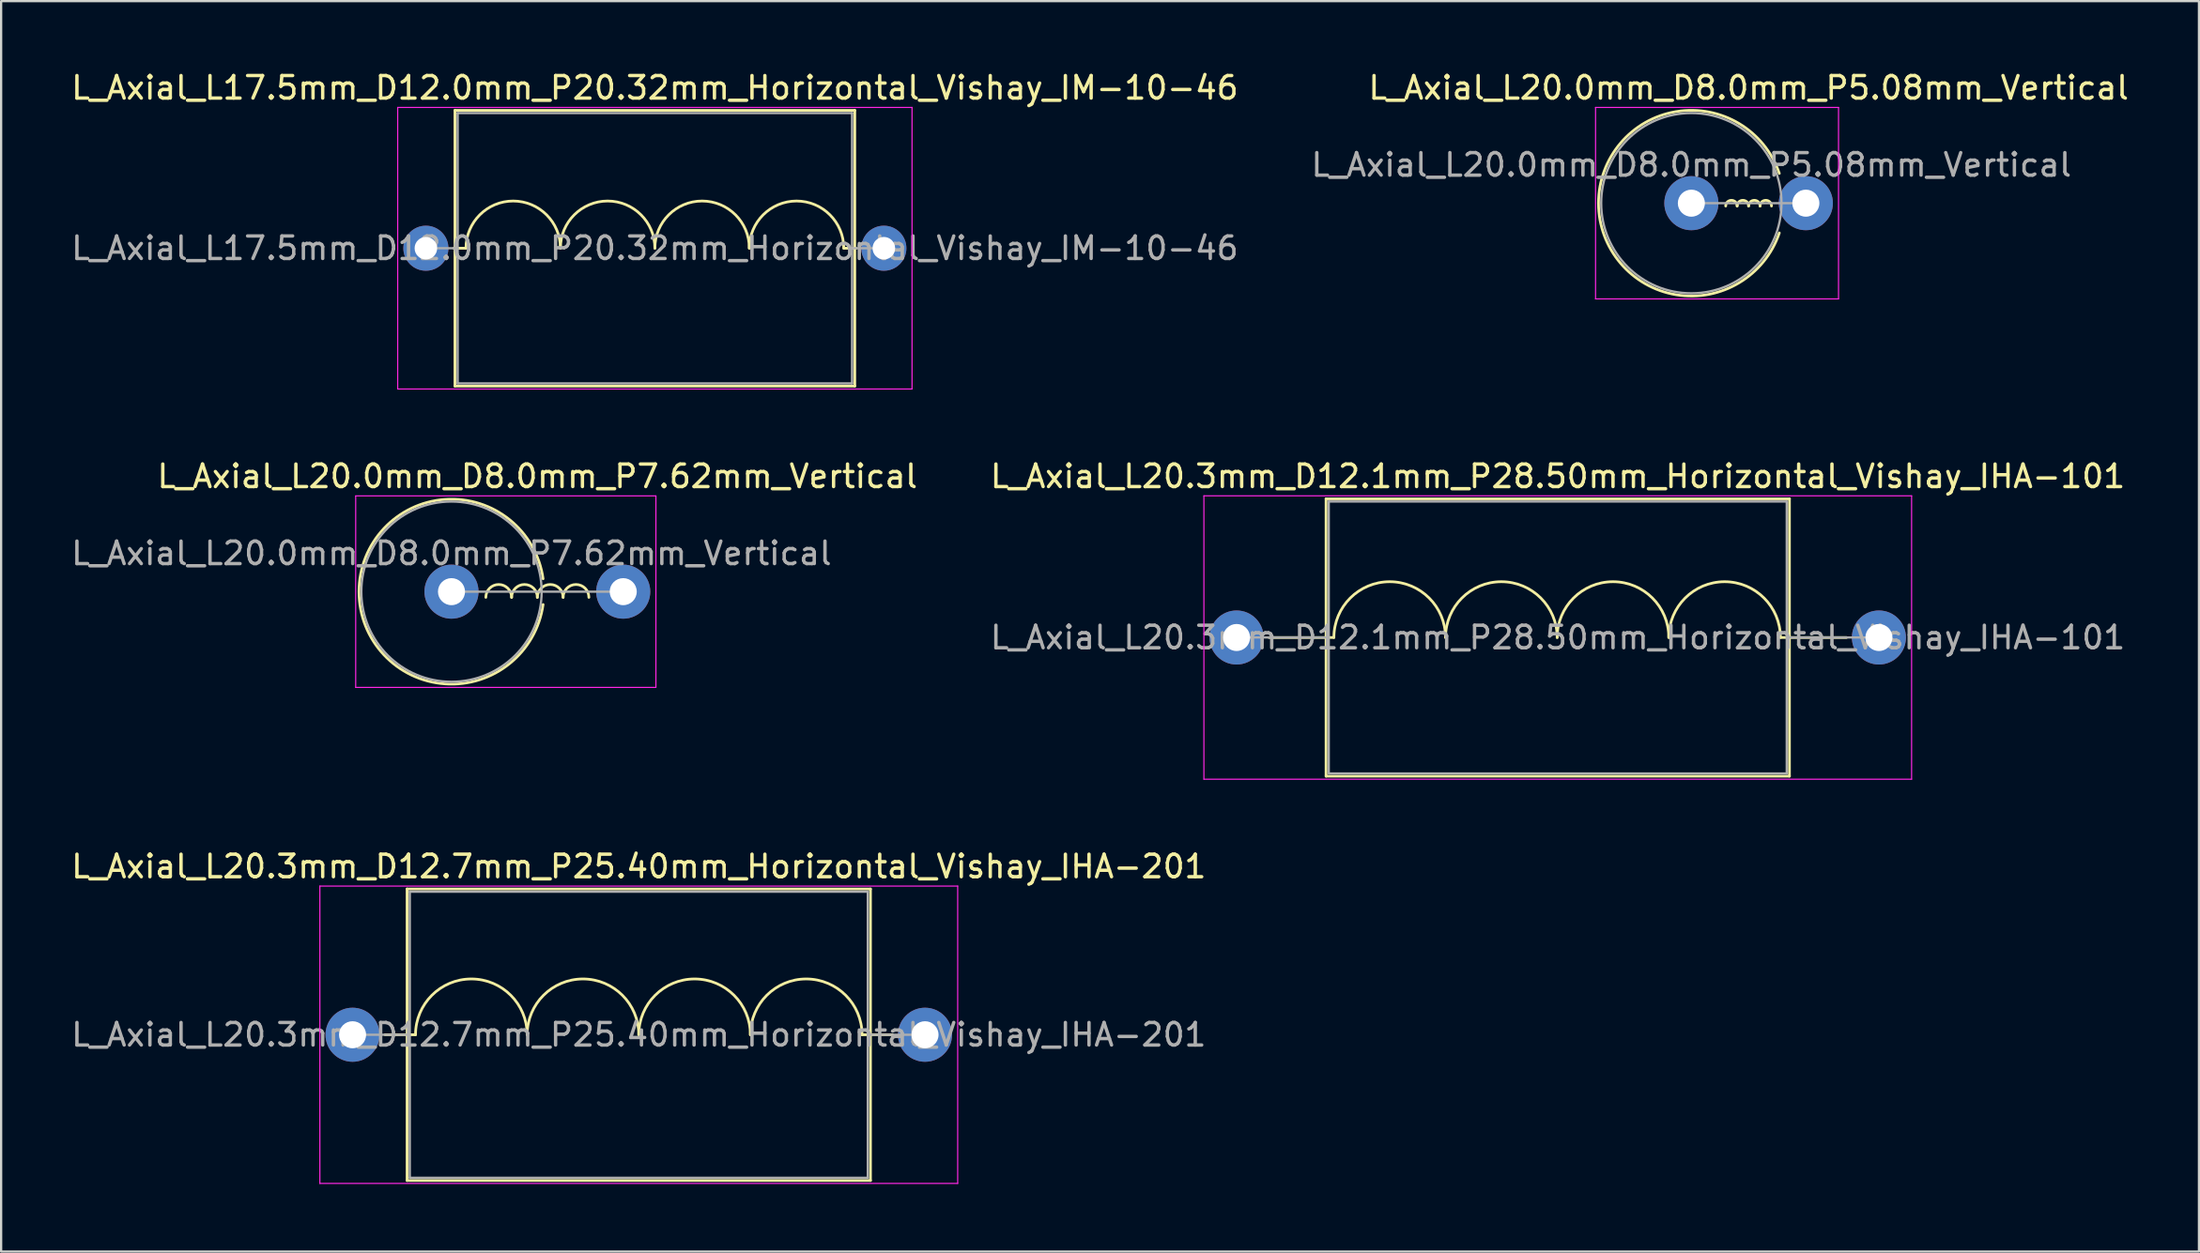
<source format=kicad_pcb>
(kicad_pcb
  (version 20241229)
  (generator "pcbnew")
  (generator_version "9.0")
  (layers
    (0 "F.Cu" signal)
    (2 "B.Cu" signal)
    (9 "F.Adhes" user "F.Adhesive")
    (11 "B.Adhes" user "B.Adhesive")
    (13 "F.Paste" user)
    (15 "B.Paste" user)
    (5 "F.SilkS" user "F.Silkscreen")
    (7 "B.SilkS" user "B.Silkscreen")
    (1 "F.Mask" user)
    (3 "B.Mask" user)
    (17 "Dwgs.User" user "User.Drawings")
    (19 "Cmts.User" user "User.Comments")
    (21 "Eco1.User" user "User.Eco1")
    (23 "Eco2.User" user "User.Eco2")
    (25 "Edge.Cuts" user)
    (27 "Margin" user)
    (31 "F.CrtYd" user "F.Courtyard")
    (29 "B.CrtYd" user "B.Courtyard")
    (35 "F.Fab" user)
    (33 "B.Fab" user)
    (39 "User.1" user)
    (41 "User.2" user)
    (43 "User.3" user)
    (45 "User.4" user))
  (footprint "L_Axial_L20.3mm_D12.1mm_P28.50mm_Horizontal_Vishay_IHA-101"
    (layer "F.Cu")
    (at 51.816 25.247)
    (property "Reference" "L_Axial_L20.3mm_D12.1mm_P28.50mm_Horizontal_Vishay_IHA-101" (at 14.25 -7.155 0) (layer "F.SilkS") (effects (font (size 1 1) (thickness 0.15))))
    (attr through_hole)
    (fp_line (start 1.44 0) (end 3.97 0) (stroke (width 0.12) (type solid)) (layer "F.SilkS"))
    (fp_line (start 3.97 -6.155) (end 3.97 6.155) (stroke (width 0.12) (type solid)) (layer "F.SilkS"))
    (fp_line (start 3.97 6.155) (end 24.53 6.155) (stroke (width 0.12) (type solid)) (layer "F.SilkS"))
    (fp_line (start 4.318 0) (end 3.97 0) (stroke (width 0.12) (type solid)) (layer "F.SilkS"))
    (fp_line (start 24.13 0) (end 24.511 0) (stroke (width 0.12) (type solid)) (layer "F.SilkS"))
    (fp_line (start 24.53 -6.155) (end 3.97 -6.155) (stroke (width 0.12) (type solid)) (layer "F.SilkS"))
    (fp_line (start 24.53 6.155) (end 24.53 -6.155) (stroke (width 0.12) (type solid)) (layer "F.SilkS"))
    (fp_line (start 27.06 0) (end 24.53 0) (stroke (width 0.12) (type solid)) (layer "F.SilkS"))
    (fp_arc (start 4.318 0) (mid 6.7945 -2.4765) (end 9.271 0) (stroke (width 0.12) (type solid)) (layer "F.SilkS"))
    (fp_arc (start 9.271 0) (mid 11.7475 -2.4765) (end 14.224 0) (stroke (width 0.12) (type solid)) (layer "F.SilkS"))
    (fp_arc (start 14.224 0) (mid 16.7005 -2.4765) (end 19.177 0) (stroke (width 0.12) (type solid)) (layer "F.SilkS"))
    (fp_arc (start 19.177 0) (mid 21.6535 -2.4765) (end 24.13 0) (stroke (width 0.12) (type solid)) (layer "F.SilkS"))
    (fp_line (start -1.45 -6.29) (end -1.45 6.29) (stroke (width 0.05) (type solid)) (layer "F.CrtYd"))
    (fp_line (start -1.45 6.29) (end 29.95 6.29) (stroke (width 0.05) (type solid)) (layer "F.CrtYd"))
    (fp_line (start 29.95 -6.29) (end -1.45 -6.29) (stroke (width 0.05) (type solid)) (layer "F.CrtYd"))
    (fp_line (start 29.95 6.29) (end 29.95 -6.29) (stroke (width 0.05) (type solid)) (layer "F.CrtYd"))
    (fp_line (start 0 0) (end 4.09 0) (stroke (width 0.1) (type solid)) (layer "F.Fab"))
    (fp_line (start 4.09 -6.035) (end 4.09 6.035) (stroke (width 0.1) (type solid)) (layer "F.Fab"))
    (fp_line (start 4.09 6.035) (end 24.41 6.035) (stroke (width 0.1) (type solid)) (layer "F.Fab"))
    (fp_line (start 24.41 -6.035) (end 4.09 -6.035) (stroke (width 0.1) (type solid)) (layer "F.Fab"))
    (fp_line (start 24.41 6.035) (end 24.41 -6.035) (stroke (width 0.1) (type solid)) (layer "F.Fab"))
    (fp_line (start 28.5 0) (end 24.41 0) (stroke (width 0.1) (type solid)) (layer "F.Fab"))
    (fp_text user "${REFERENCE}" (at 14.25 0 0) (layer "F.Fab") (effects (font (size 1 1) (thickness 0.15))))
    (pad "1" thru_hole circle (at 0 0) (size 2.4 2.4) (drill 1.2) (layers "*.Cu" "*.Mask"))
    (pad "2" thru_hole oval (at 28.5 0) (size 2.4 2.4) (drill 1.2) (layers "*.Cu" "*.Mask")))
  (footprint "L_Axial_L20.0mm_D8.0mm_P5.08mm_Vertical"
    (layer "F.Cu")
    (at 71.994 5.968)
    (property "Reference" "L_Axial_L20.0mm_D8.0mm_P5.08mm_Vertical" (at 2.54 -5.12 0) (layer "F.SilkS") (effects (font (size 1 1) (thickness 0.15))))
    (attr through_hole)
    (fp_arc (start 1.524 0.127) (mid 1.778 -0.127) (end 2.032 0.127) (stroke (width 0.12) (type solid)) (layer "F.SilkS"))
    (fp_arc (start 2.032 0.127) (mid 2.286 -0.127) (end 2.54 0.127) (stroke (width 0.12) (type solid)) (layer "F.SilkS"))
    (fp_arc (start 2.54 0.127) (mid 2.794 -0.127) (end 3.048 0.127) (stroke (width 0.12) (type solid)) (layer "F.SilkS"))
    (fp_arc (start 3.048 0.127) (mid 3.302 -0.127) (end 3.556 0.127) (stroke (width 0.12) (type solid)) (layer "F.SilkS"))
    (fp_arc (start 3.902819 1.32) (mid -4.12 0) (end 3.902819 -1.32) (stroke (width 0.12) (type solid)) (layer "F.SilkS"))
    (fp_line (start -4.25 -4.25) (end -4.25 4.25) (stroke (width 0.05) (type solid)) (layer "F.CrtYd"))
    (fp_line (start -4.25 4.25) (end 6.53 4.25) (stroke (width 0.05) (type solid)) (layer "F.CrtYd"))
    (fp_line (start 6.53 -4.25) (end -4.25 -4.25) (stroke (width 0.05) (type solid)) (layer "F.CrtYd"))
    (fp_line (start 6.53 4.25) (end 6.53 -4.25) (stroke (width 0.05) (type solid)) (layer "F.CrtYd"))
    (fp_line (start 0 0) (end 5.08 0) (stroke (width 0.1) (type solid)) (layer "F.Fab"))
    (fp_circle (center 0 0) (end 4 0) (stroke (width 0.1) (type solid)) (fill no) (layer "F.Fab"))
    (fp_text user "${REFERENCE}" (at 0 -1.7 0) (layer "F.Fab") (effects (font (size 1 1) (thickness 0.15))))
    (pad "1" thru_hole circle (at 0 0) (size 2.4 2.4) (drill 1.2) (layers "*.Cu" "*.Mask"))
    (pad "2" thru_hole oval (at 5.08 0) (size 2.4 2.4) (drill 1.2) (layers "*.Cu" "*.Mask")))
  (footprint "L_Axial_L20.0mm_D8.0mm_P7.62mm_Vertical"
    (layer "F.Cu")
    (at 16.982 23.212)
    (property "Reference" "L_Axial_L20.0mm_D8.0mm_P7.62mm_Vertical" (at 3.81 -5.12 0) (layer "F.SilkS") (effects (font (size 1 1) (thickness 0.15))))
    (attr through_hole)
    (fp_arc (start 1.524 0.254) (mid 2.0955 -0.3175) (end 2.667 0.254) (stroke (width 0.12) (type solid)) (layer "F.SilkS"))
    (fp_arc (start 2.667 0.254) (mid 3.2385 -0.3175) (end 3.81 0.254) (stroke (width 0.12) (type solid)) (layer "F.SilkS"))
    (fp_arc (start 3.81 0.254) (mid 4.3815 -0.3175) (end 4.953 0.254) (stroke (width 0.12) (type solid)) (layer "F.SilkS"))
    (fp_arc (start 4.064 0.5715) (mid -4.103987 0) (end 4.064 -0.5715) (stroke (width 0.12) (type solid)) (layer "F.SilkS"))
    (fp_arc (start 4.953 0.254) (mid 5.5245 -0.3175) (end 6.096 0.254) (stroke (width 0.12) (type solid)) (layer "F.SilkS"))
    (fp_line (start -4.25 -4.25) (end -4.25 4.25) (stroke (width 0.05) (type solid)) (layer "F.CrtYd"))
    (fp_line (start -4.25 4.25) (end 9.07 4.25) (stroke (width 0.05) (type solid)) (layer "F.CrtYd"))
    (fp_line (start 9.07 -4.25) (end -4.25 -4.25) (stroke (width 0.05) (type solid)) (layer "F.CrtYd"))
    (fp_line (start 9.07 4.25) (end 9.07 -4.25) (stroke (width 0.05) (type solid)) (layer "F.CrtYd"))
    (fp_line (start 0 0) (end 7.62 0) (stroke (width 0.1) (type solid)) (layer "F.Fab"))
    (fp_circle (center 0 0) (end 4 0) (stroke (width 0.1) (type solid)) (fill no) (layer "F.Fab"))
    (fp_text user "${REFERENCE}" (at 0 -1.7 0) (layer "F.Fab") (effects (font (size 1 1) (thickness 0.15))))
    (pad "1" thru_hole circle (at 0 0) (size 2.4 2.4) (drill 1.2) (layers "*.Cu" "*.Mask"))
    (pad "2" thru_hole oval (at 7.62 0) (size 2.4 2.4) (drill 1.2) (layers "*.Cu" "*.Mask")))
  (footprint "L_Axial_L20.3mm_D12.7mm_P25.40mm_Horizontal_Vishay_IHA-201"
    (layer "F.Cu")
    (at 12.592 42.88)
    (property "Reference" "L_Axial_L20.3mm_D12.7mm_P25.40mm_Horizontal_Vishay_IHA-201" (at 12.7 -7.47 0) (layer "F.SilkS") (effects (font (size 1 1) (thickness 0.15))))
    (attr through_hole)
    (fp_line (start 1.44 0) (end 2.42 0) (stroke (width 0.12) (type solid)) (layer "F.SilkS"))
    (fp_line (start 2.42 -6.47) (end 2.42 6.47) (stroke (width 0.12) (type solid)) (layer "F.SilkS"))
    (fp_line (start 2.42 6.47) (end 22.98 6.47) (stroke (width 0.12) (type solid)) (layer "F.SilkS"))
    (fp_line (start 2.794 0) (end 2.42 0) (stroke (width 0.12) (type solid)) (layer "F.SilkS"))
    (fp_line (start 22.606 0) (end 22.98 0) (stroke (width 0.12) (type solid)) (layer "F.SilkS"))
    (fp_line (start 22.98 -6.47) (end 2.42 -6.47) (stroke (width 0.12) (type solid)) (layer "F.SilkS"))
    (fp_line (start 22.98 6.47) (end 22.98 -6.47) (stroke (width 0.12) (type solid)) (layer "F.SilkS"))
    (fp_line (start 23.96 0) (end 22.98 0) (stroke (width 0.12) (type solid)) (layer "F.SilkS"))
    (fp_arc (start 2.794 0) (mid 5.2705 -2.4765) (end 7.747 0) (stroke (width 0.12) (type solid)) (layer "F.SilkS"))
    (fp_arc (start 7.747 0) (mid 10.2235 -2.4765) (end 12.7 0) (stroke (width 0.12) (type solid)) (layer "F.SilkS"))
    (fp_arc (start 12.7 0) (mid 15.1765 -2.4765) (end 17.653 0) (stroke (width 0.12) (type solid)) (layer "F.SilkS"))
    (fp_arc (start 17.653 0) (mid 20.1295 -2.4765) (end 22.606 0) (stroke (width 0.12) (type solid)) (layer "F.SilkS"))
    (fp_line (start -1.45 -6.6) (end -1.45 6.6) (stroke (width 0.05) (type solid)) (layer "F.CrtYd"))
    (fp_line (start -1.45 6.6) (end 26.85 6.6) (stroke (width 0.05) (type solid)) (layer "F.CrtYd"))
    (fp_line (start 26.85 -6.6) (end -1.45 -6.6) (stroke (width 0.05) (type solid)) (layer "F.CrtYd"))
    (fp_line (start 26.85 6.6) (end 26.85 -6.6) (stroke (width 0.05) (type solid)) (layer "F.CrtYd"))
    (fp_line (start 0 0) (end 2.54 0) (stroke (width 0.1) (type solid)) (layer "F.Fab"))
    (fp_line (start 2.54 -6.35) (end 2.54 6.35) (stroke (width 0.1) (type solid)) (layer "F.Fab"))
    (fp_line (start 2.54 6.35) (end 22.86 6.35) (stroke (width 0.1) (type solid)) (layer "F.Fab"))
    (fp_line (start 22.86 -6.35) (end 2.54 -6.35) (stroke (width 0.1) (type solid)) (layer "F.Fab"))
    (fp_line (start 22.86 6.35) (end 22.86 -6.35) (stroke (width 0.1) (type solid)) (layer "F.Fab"))
    (fp_line (start 25.4 0) (end 22.86 0) (stroke (width 0.1) (type solid)) (layer "F.Fab"))
    (fp_text user "${REFERENCE}" (at 12.7 0 0) (layer "F.Fab") (effects (font (size 1 1) (thickness 0.15))))
    (pad "1" thru_hole circle (at 0 0) (size 2.4 2.4) (drill 1.2) (layers "*.Cu" "*.Mask"))
    (pad "2" thru_hole oval (at 25.4 0) (size 2.4 2.4) (drill 1.2) (layers "*.Cu" "*.Mask")))
  (footprint "L_Axial_L17.5mm_D12.0mm_P20.32mm_Horizontal_Vishay_IM-10-46"
    (layer "F.Cu")
    (at 15.846 7.968)
    (property "Reference" "L_Axial_L17.5mm_D12.0mm_P20.32mm_Horizontal_Vishay_IM-10-46" (at 10.16 -7.12 0) (layer "F.SilkS") (effects (font (size 1 1) (thickness 0.15))))
    (attr through_hole)
    (fp_line (start 1.24 0) (end 1.29 0) (stroke (width 0.12) (type solid)) (layer "F.SilkS"))
    (fp_line (start 1.29 -6.12) (end 1.29 6.12) (stroke (width 0.12) (type solid)) (layer "F.SilkS"))
    (fp_line (start 1.29 6.12) (end 19.03 6.12) (stroke (width 0.12) (type solid)) (layer "F.SilkS"))
    (fp_line (start 1.778 0) (end 1.29 0) (stroke (width 0.12) (type solid)) (layer "F.SilkS"))
    (fp_line (start 18.542 0) (end 19.03 0) (stroke (width 0.12) (type solid)) (layer "F.SilkS"))
    (fp_line (start 19.03 -6.12) (end 1.29 -6.12) (stroke (width 0.12) (type solid)) (layer "F.SilkS"))
    (fp_line (start 19.03 6.12) (end 19.03 -6.12) (stroke (width 0.12) (type solid)) (layer "F.SilkS"))
    (fp_line (start 19.08 0) (end 19.03 0) (stroke (width 0.12) (type solid)) (layer "F.SilkS"))
    (fp_arc (start 1.778 0) (mid 3.8735 -2.0955) (end 5.969 0) (stroke (width 0.12) (type solid)) (layer "F.SilkS"))
    (fp_arc (start 5.969 0) (mid 8.0645 -2.0955) (end 10.16 0) (stroke (width 0.12) (type solid)) (layer "F.SilkS"))
    (fp_arc (start 10.16 0) (mid 12.2555 -2.0955) (end 14.351 0) (stroke (width 0.12) (type solid)) (layer "F.SilkS"))
    (fp_arc (start 14.351 0) (mid 16.4465 -2.0955) (end 18.542 0) (stroke (width 0.12) (type solid)) (layer "F.SilkS"))
    (fp_line (start -1.25 -6.25) (end -1.25 6.25) (stroke (width 0.05) (type solid)) (layer "F.CrtYd"))
    (fp_line (start -1.25 6.25) (end 21.57 6.25) (stroke (width 0.05) (type solid)) (layer "F.CrtYd"))
    (fp_line (start 21.57 -6.25) (end -1.25 -6.25) (stroke (width 0.05) (type solid)) (layer "F.CrtYd"))
    (fp_line (start 21.57 6.25) (end 21.57 -6.25) (stroke (width 0.05) (type solid)) (layer "F.CrtYd"))
    (fp_line (start 0 0) (end 1.41 0) (stroke (width 0.1) (type solid)) (layer "F.Fab"))
    (fp_line (start 1.41 -6) (end 1.41 6) (stroke (width 0.1) (type solid)) (layer "F.Fab"))
    (fp_line (start 1.41 6) (end 18.91 6) (stroke (width 0.1) (type solid)) (layer "F.Fab"))
    (fp_line (start 18.91 -6) (end 1.41 -6) (stroke (width 0.1) (type solid)) (layer "F.Fab"))
    (fp_line (start 18.91 6) (end 18.91 -6) (stroke (width 0.1) (type solid)) (layer "F.Fab"))
    (fp_line (start 20.32 0) (end 18.91 0) (stroke (width 0.1) (type solid)) (layer "F.Fab"))
    (fp_text user "${REFERENCE}" (at 10.16 0 0) (layer "F.Fab") (effects (font (size 1 1) (thickness 0.15))))
    (pad "1" thru_hole circle (at 0 0) (size 2 2) (drill 1) (layers "*.Cu" "*.Mask"))
    (pad "2" thru_hole oval (at 20.32 0) (size 2 2) (drill 1) (layers "*.Cu" "*.Mask")))
  (gr_rect
    (start -3 -3)
    (end 94.516 52.505)
    (stroke (width 0.1) (type default))
    (fill no)
    (layer "Edge.Cuts")))
</source>
